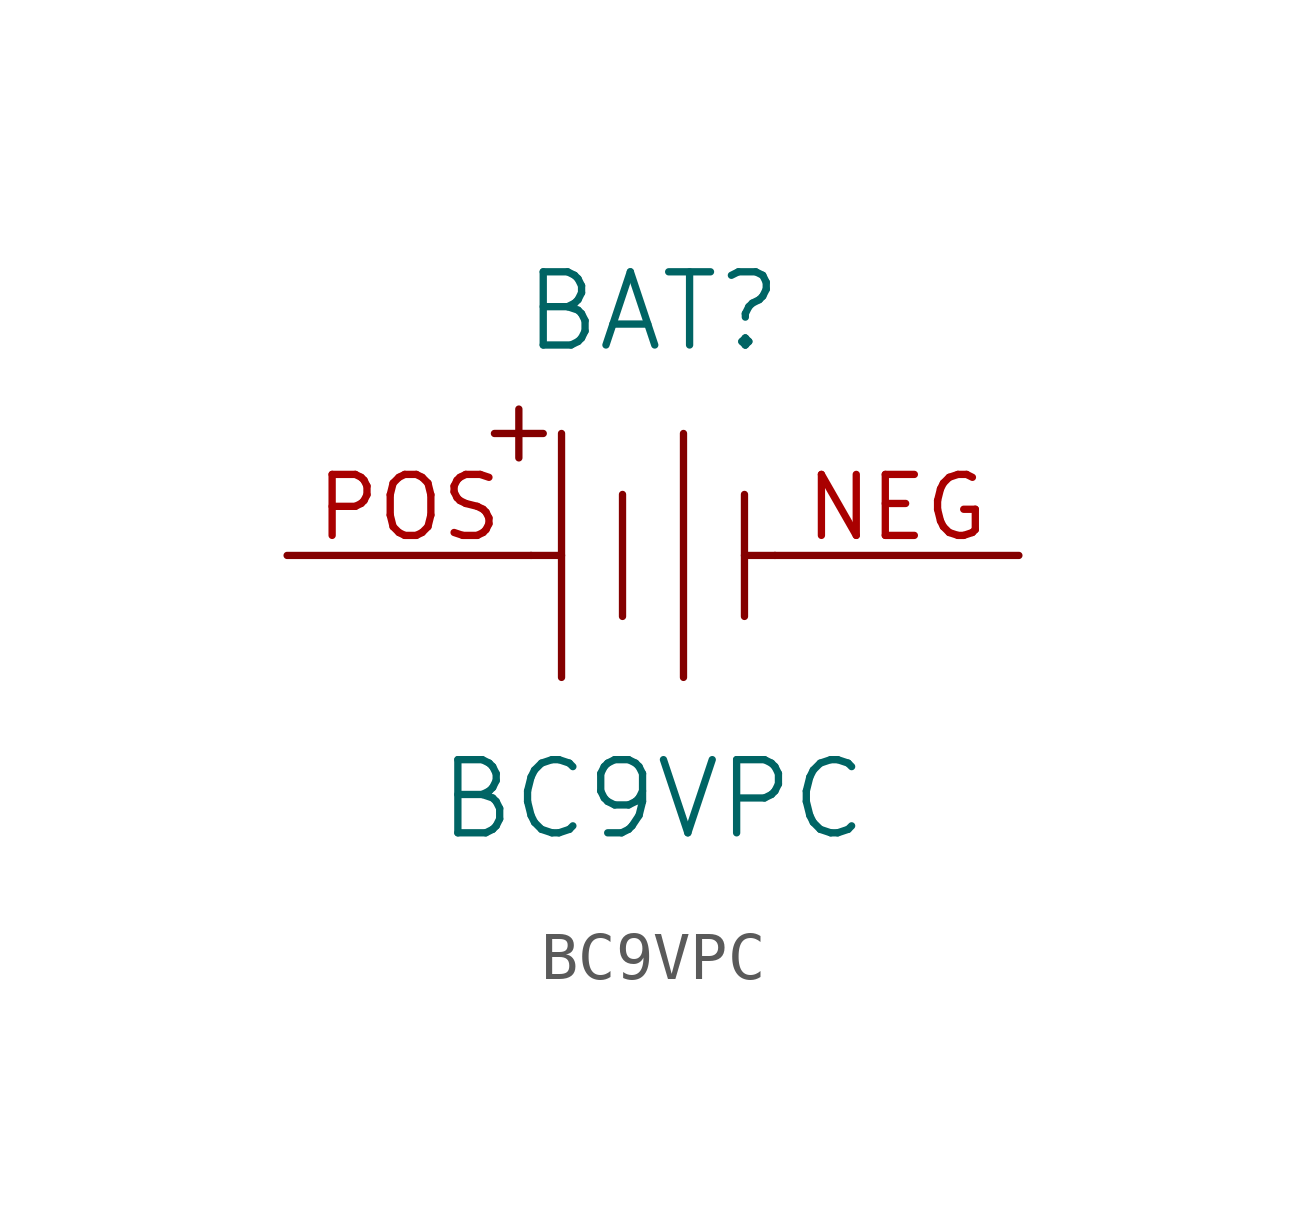
<source format=kicad_sym>
(kicad_symbol_lib
  (version 20231120)
  (generator "kicad_symbol_editor")
  (generator_version "8.0")
  (symbol "BC9VPC"
    (pin_names
      (offset 1.016))
    (property "Reference" "BAT"
      (at 0 5.08 0)
      (effects (font (size 1.524 1.524))))
    (property "Value" "BC9VPC"
      (at 0 -5.08 0)
      (effects (font (size 1.524 1.524))))
    (symbol "BC9VPC_1_1"
      (polyline (pts (xy -2.794 3.048) (xy -2.794 2.032)) (stroke (width 0) (type default)) (fill (type none)))
      (polyline (pts (xy -2.286 2.54) (xy -3.302 2.54)) (stroke (width 0) (type default)) (fill (type none)))
      (polyline (pts (xy -1.905 0) (xy -2.54 0)) (stroke (width 0) (type default)) (fill (type none)))
      (polyline (pts (xy -1.905 2.54) (xy -1.905 -2.54)) (stroke (width 0) (type default)) (fill (type none)))
      (polyline (pts (xy -0.635 1.27) (xy -0.635 -1.27)) (stroke (width 0) (type default)) (fill (type none)))
      (polyline (pts (xy 0.635 2.54) (xy 0.635 -2.54)) (stroke (width 0) (type default)) (fill (type none)))
      (polyline (pts (xy 1.905 1.27) (xy 1.905 -1.27)) (stroke (width 0) (type default)) (fill (type none)))
      (polyline (pts (xy 2.54 0) (xy 1.905 0)) (stroke (width 0) (type default)) (fill (type none)))
      (pin power_in line (at 7.62 0 180) (length 5.08) (name "~" (effects (font (size 1.27 1.27)))) (number "NEG" (effects (font (size 1.27 1.27)))))
      (pin power_in line (at -7.62 0 0) (length 5.08) (name "~" (effects (font (size 1.27 1.27)))) (number "POS" (effects (font (size 1.27 1.27))))))))
</source>
